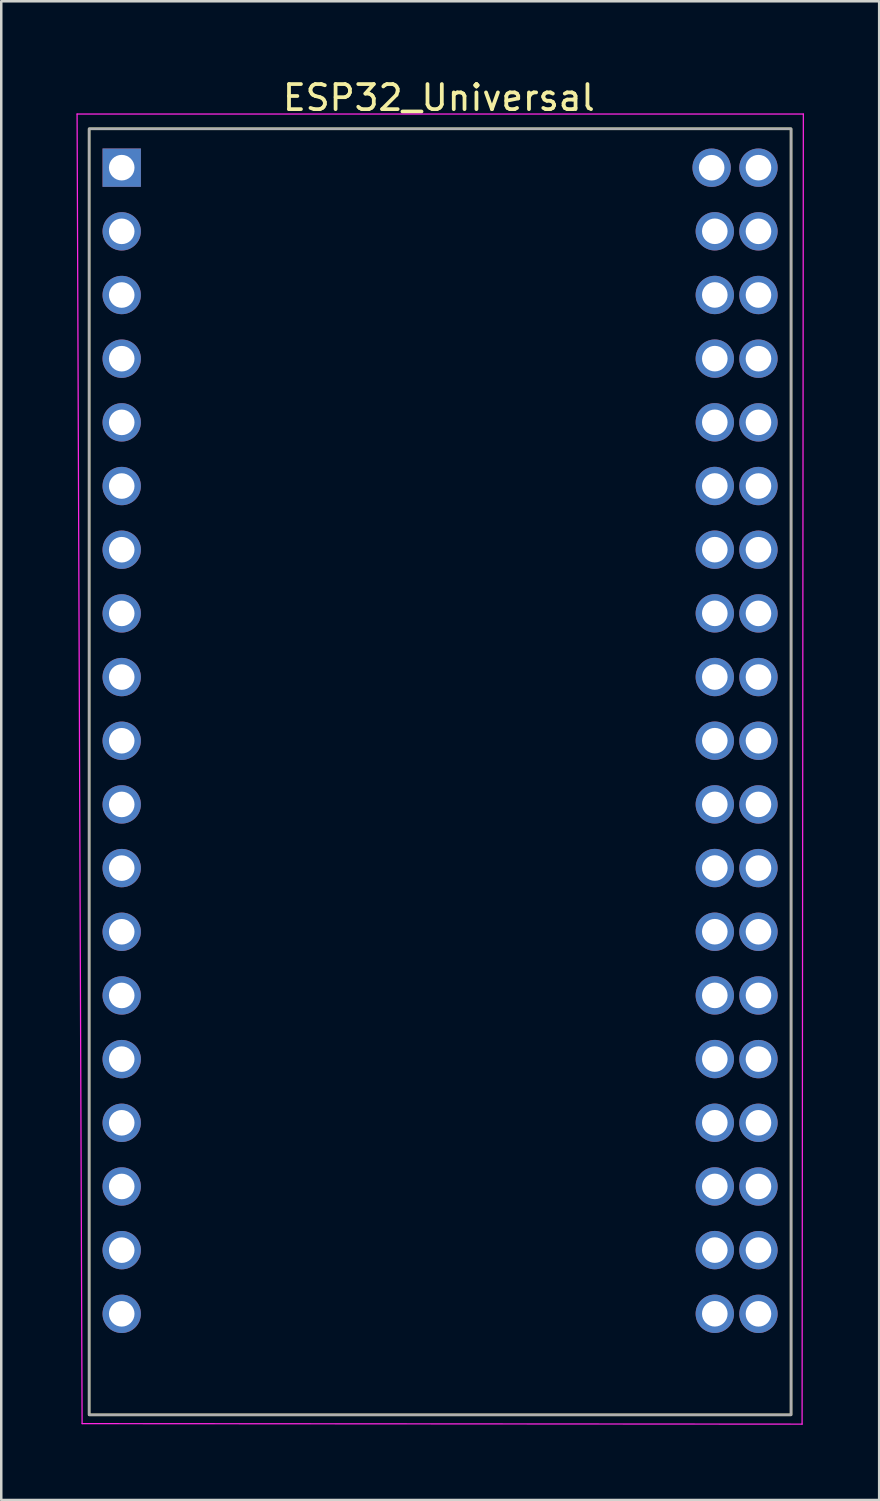
<source format=kicad_pcb>
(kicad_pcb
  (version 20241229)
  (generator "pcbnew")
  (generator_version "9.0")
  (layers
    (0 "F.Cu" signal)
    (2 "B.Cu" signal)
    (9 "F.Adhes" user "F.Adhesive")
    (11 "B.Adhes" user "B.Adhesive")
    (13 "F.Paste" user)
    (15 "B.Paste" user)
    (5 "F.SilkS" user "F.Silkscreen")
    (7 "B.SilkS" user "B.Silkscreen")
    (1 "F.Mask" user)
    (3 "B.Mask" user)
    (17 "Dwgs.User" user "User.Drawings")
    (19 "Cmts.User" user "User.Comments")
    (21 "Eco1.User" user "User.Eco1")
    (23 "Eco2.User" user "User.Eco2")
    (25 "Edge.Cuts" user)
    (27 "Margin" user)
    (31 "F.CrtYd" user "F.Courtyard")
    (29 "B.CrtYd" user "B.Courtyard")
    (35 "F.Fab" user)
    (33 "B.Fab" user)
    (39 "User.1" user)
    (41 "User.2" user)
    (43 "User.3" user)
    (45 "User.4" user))
  (footprint "ESP32_Universal"
    (layer "F.Cu")
    (at 14.505 23.198)
    (property "Reference" "ESP32_Universal" (at -0.05 -22.35 0) (layer "F.SilkS") (effects (font (size 1 1) (thickness 0.15))))
    (attr through_hole)
    (fp_rect (start -14 -21.11) (end 14 30.19) (stroke (width 0.1) (type solid)) (fill no) (layer "F.SilkS"))
    (fp_line (start -14.48 -21.7) (end 14.49 -21.7) (stroke (width 0.05) (type default)) (layer "F.CrtYd"))
    (fp_line (start -14.28 30.54) (end -14.48 -21.7) (stroke (width 0.05) (type default)) (layer "F.CrtYd"))
    (fp_line (start 14.44 30.56) (end -14.28 30.54) (stroke (width 0.05) (type default)) (layer "F.CrtYd"))
    (fp_line (start 14.49 -21.7) (end 14.44 30.56) (stroke (width 0.05) (type default)) (layer "F.CrtYd"))
    (fp_rect (start -14 -21.11) (end 14 30.19) (stroke (width 0.1) (type solid)) (fill no) (layer "F.Fab"))
    (pad "1" thru_hole rect (at -12.7 -19.56) (size 1.53 1.53) (drill 1.02) (layers "*.Cu" "*.Mask"))
    (pad "2" thru_hole circle (at -12.7 -17.02) (size 1.53 1.53) (drill 1.02) (layers "*.Cu" "*.Mask"))
    (pad "3" thru_hole circle (at -12.7 -14.48) (size 1.53 1.53) (drill 1.02) (layers "*.Cu" "*.Mask"))
    (pad "4" thru_hole circle (at -12.7 -11.94) (size 1.53 1.53) (drill 1.02) (layers "*.Cu" "*.Mask"))
    (pad "5" thru_hole circle (at -12.7 -9.4) (size 1.53 1.53) (drill 1.02) (layers "*.Cu" "*.Mask"))
    (pad "6" thru_hole circle (at -12.7 -6.86) (size 1.53 1.53) (drill 1.02) (layers "*.Cu" "*.Mask"))
    (pad "7" thru_hole circle (at -12.7 -4.32) (size 1.53 1.53) (drill 1.02) (layers "*.Cu" "*.Mask"))
    (pad "8" thru_hole circle (at -12.7 -1.78) (size 1.53 1.53) (drill 1.02) (layers "*.Cu" "*.Mask"))
    (pad "9" thru_hole circle (at -12.7 0.76) (size 1.53 1.53) (drill 1.02) (layers "*.Cu" "*.Mask"))
    (pad "10" thru_hole circle (at -12.7 3.3) (size 1.53 1.53) (drill 1.02) (layers "*.Cu" "*.Mask"))
    (pad "11" thru_hole circle (at -12.7 5.84) (size 1.53 1.53) (drill 1.02) (layers "*.Cu" "*.Mask"))
    (pad "12" thru_hole circle (at -12.7 8.38) (size 1.53 1.53) (drill 1.02) (layers "*.Cu" "*.Mask"))
    (pad "13" thru_hole circle (at -12.7 10.92) (size 1.53 1.53) (drill 1.02) (layers "*.Cu" "*.Mask"))
    (pad "14" thru_hole circle (at -12.7 13.46) (size 1.53 1.53) (drill 1.02) (layers "*.Cu" "*.Mask"))
    (pad "15" thru_hole circle (at -12.7 16) (size 1.53 1.53) (drill 1.02) (layers "*.Cu" "*.Mask"))
    (pad "16" thru_hole circle (at -12.7 18.54) (size 1.53 1.53) (drill 1.02) (layers "*.Cu" "*.Mask"))
    (pad "17" thru_hole circle (at -12.7 21.08) (size 1.53 1.53) (drill 1.02) (layers "*.Cu" "*.Mask"))
    (pad "18" thru_hole circle (at -12.7 23.62) (size 1.53 1.53) (drill 1.02) (layers "*.Cu" "*.Mask"))
    (pad "19" thru_hole circle (at -12.7 26.16) (size 1.53 1.53) (drill 1.02) (layers "*.Cu" "*.Mask"))
    (pad "20" thru_hole circle (at 10.958 26.158) (size 1.53 1.53) (drill 1.02) (layers "*.Cu" "*.Mask"))
    (pad "20" thru_hole circle (at 12.7 26.16) (size 1.53 1.53) (drill 1.02) (layers "*.Cu" "*.Mask"))
    (pad "21" thru_hole circle (at 10.958 23.618) (size 1.53 1.53) (drill 1.02) (layers "*.Cu" "*.Mask"))
    (pad "21" thru_hole circle (at 12.7 23.62) (size 1.53 1.53) (drill 1.02) (layers "*.Cu" "*.Mask"))
    (pad "22" thru_hole circle (at 10.958 21.078) (size 1.53 1.53) (drill 1.02) (layers "*.Cu" "*.Mask"))
    (pad "22" thru_hole circle (at 12.7 21.08) (size 1.53 1.53) (drill 1.02) (layers "*.Cu" "*.Mask"))
    (pad "23" thru_hole circle (at 10.958 18.538) (size 1.53 1.53) (drill 1.02) (layers "*.Cu" "*.Mask"))
    (pad "23" thru_hole circle (at 12.7 18.54) (size 1.53 1.53) (drill 1.02) (layers "*.Cu" "*.Mask"))
    (pad "24" thru_hole circle (at 10.958 15.998) (size 1.53 1.53) (drill 1.02) (layers "*.Cu" "*.Mask"))
    (pad "24" thru_hole circle (at 12.7 16) (size 1.53 1.53) (drill 1.02) (layers "*.Cu" "*.Mask"))
    (pad "25" thru_hole circle (at 10.958 13.458) (size 1.53 1.53) (drill 1.02) (layers "*.Cu" "*.Mask"))
    (pad "25" thru_hole circle (at 12.7 13.46) (size 1.53 1.53) (drill 1.02) (layers "*.Cu" "*.Mask"))
    (pad "26" thru_hole circle (at 10.958 10.918) (size 1.53 1.53) (drill 1.02) (layers "*.Cu" "*.Mask"))
    (pad "26" thru_hole circle (at 12.7 10.92) (size 1.53 1.53) (drill 1.02) (layers "*.Cu" "*.Mask"))
    (pad "27" thru_hole circle (at 10.958 8.378) (size 1.53 1.53) (drill 1.02) (layers "*.Cu" "*.Mask"))
    (pad "27" thru_hole circle (at 12.7 8.38) (size 1.53 1.53) (drill 1.02) (layers "*.Cu" "*.Mask"))
    (pad "28" thru_hole circle (at 10.958 5.838) (size 1.53 1.53) (drill 1.02) (layers "*.Cu" "*.Mask"))
    (pad "28" thru_hole circle (at 12.7 5.84) (size 1.53 1.53) (drill 1.02) (layers "*.Cu" "*.Mask"))
    (pad "29" thru_hole circle (at 10.958 3.298) (size 1.53 1.53) (drill 1.02) (layers "*.Cu" "*.Mask"))
    (pad "29" thru_hole circle (at 12.7 3.3) (size 1.53 1.53) (drill 1.02) (layers "*.Cu" "*.Mask"))
    (pad "30" thru_hole circle (at 10.958 0.758) (size 1.53 1.53) (drill 1.02) (layers "*.Cu" "*.Mask"))
    (pad "30" thru_hole circle (at 12.7 0.76) (size 1.53 1.53) (drill 1.02) (layers "*.Cu" "*.Mask"))
    (pad "31" thru_hole circle (at 10.958 -1.782) (size 1.53 1.53) (drill 1.02) (layers "*.Cu" "*.Mask"))
    (pad "31" thru_hole circle (at 12.7 -1.78) (size 1.53 1.53) (drill 1.02) (layers "*.Cu" "*.Mask"))
    (pad "32" thru_hole circle (at 10.958 -4.322) (size 1.53 1.53) (drill 1.02) (layers "*.Cu" "*.Mask"))
    (pad "32" thru_hole circle (at 12.7 -4.32) (size 1.53 1.53) (drill 1.02) (layers "*.Cu" "*.Mask"))
    (pad "33" thru_hole circle (at 10.958 -6.862) (size 1.53 1.53) (drill 1.02) (layers "*.Cu" "*.Mask"))
    (pad "33" thru_hole circle (at 12.7 -6.86) (size 1.53 1.53) (drill 1.02) (layers "*.Cu" "*.Mask"))
    (pad "34" thru_hole circle (at 10.958 -9.402) (size 1.53 1.53) (drill 1.02) (layers "*.Cu" "*.Mask"))
    (pad "34" thru_hole circle (at 12.7 -9.4) (size 1.53 1.53) (drill 1.02) (layers "*.Cu" "*.Mask"))
    (pad "35" thru_hole circle (at 10.958 -11.942) (size 1.53 1.53) (drill 1.02) (layers "*.Cu" "*.Mask"))
    (pad "35" thru_hole circle (at 12.7 -11.94) (size 1.53 1.53) (drill 1.02) (layers "*.Cu" "*.Mask"))
    (pad "36" thru_hole circle (at 10.958 -14.482) (size 1.53 1.53) (drill 1.02) (layers "*.Cu" "*.Mask"))
    (pad "36" thru_hole circle (at 12.7 -14.48) (size 1.53 1.53) (drill 1.02) (layers "*.Cu" "*.Mask"))
    (pad "37" thru_hole circle (at 10.958 -17.022) (size 1.53 1.53) (drill 1.02) (layers "*.Cu" "*.Mask"))
    (pad "37" thru_hole circle (at 12.7 -17.02) (size 1.53 1.53) (drill 1.02) (layers "*.Cu" "*.Mask"))
    (pad "38" thru_hole circle (at 10.832 -19.558) (size 1.53 1.53) (drill 1.02) (layers "*.Cu" "*.Mask"))
    (pad "38" thru_hole circle (at 12.7 -19.56) (size 1.53 1.53) (drill 1.02) (layers "*.Cu" "*.Mask")))
  (gr_rect
    (start -3 -3)
    (end 32.02 56.783)
    (stroke (width 0.1) (type default))
    (fill no)
    (layer "Edge.Cuts")))
</source>
